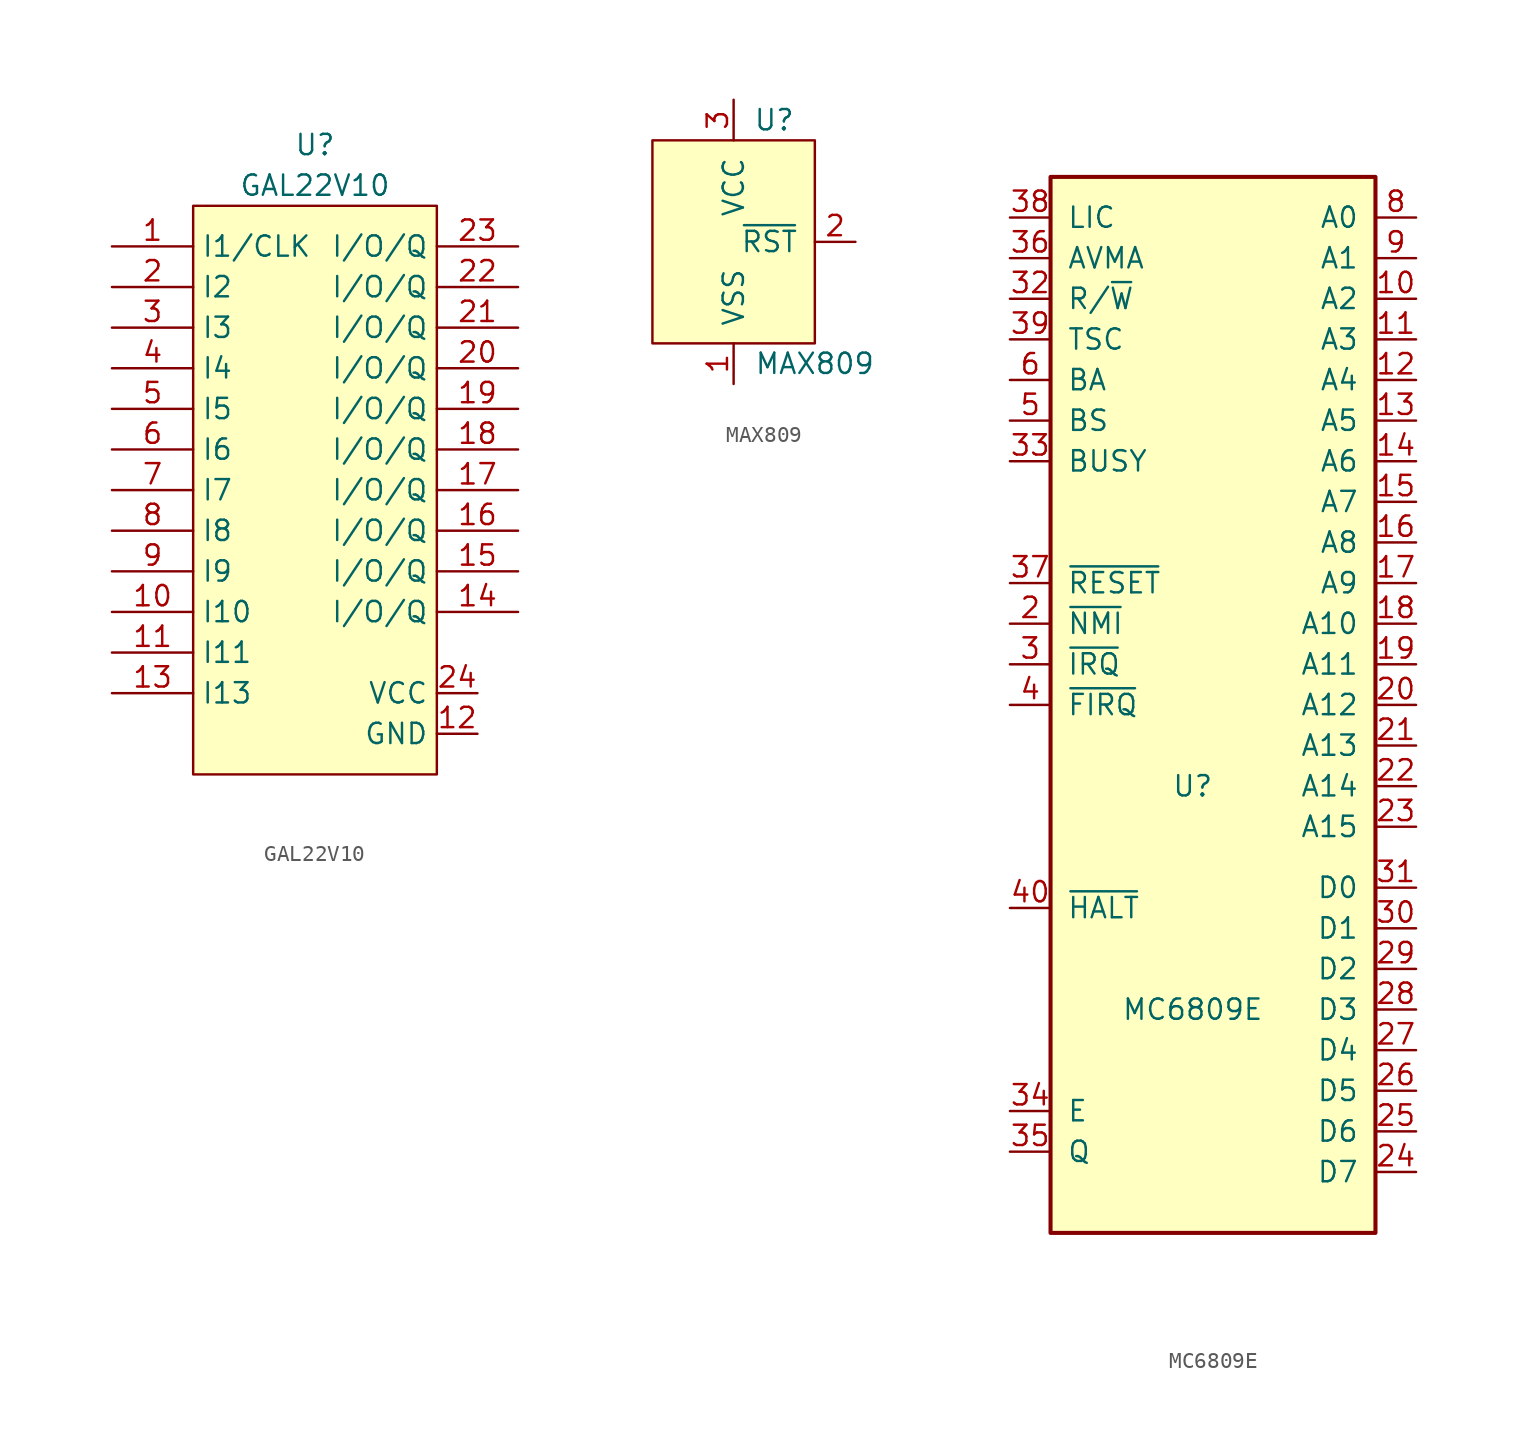
<source format=kicad_sym>
(kicad_symbol_lib
  (version 20231120)
  (generator "kicad_symbol_editor")
  (generator_version "8.0")
  (symbol "GAL22V10"
    (property "Reference" "U"
      (at 0 21.59 0)
      (effects (font (size 1.27 1.27))))
    (property "Value" "GAL22V10"
      (at 0 19.05 0)
      (effects (font (size 1.27 1.27))))
    (symbol "GAL22V10_0_1"
      (rectangle (start -7.62 17.78) (end 7.62 -17.78) (stroke (width 0) (type default)) (fill (type background))))
    (symbol "GAL22V10_1_1"
      (pin input line (at -12.7 15.24 0) (length 5.08) (name "I1/CLK" (effects (font (size 1.27 1.27)))) (number "1" (effects (font (size 1.27 1.27)))))
      (pin input line (at -12.7 -7.62 0) (length 5.08) (name "I10" (effects (font (size 1.27 1.27)))) (number "10" (effects (font (size 1.27 1.27)))))
      (pin input line (at -12.7 -10.16 0) (length 5.08) (name "I11" (effects (font (size 1.27 1.27)))) (number "11" (effects (font (size 1.27 1.27)))))
      (pin power_in line (at 10.16 -15.24 180) (length 2.54) (name "GND" (effects (font (size 1.27 1.27)))) (number "12" (effects (font (size 1.27 1.27)))))
      (pin input line (at -12.7 -12.7 0) (length 5.08) (name "I13" (effects (font (size 1.27 1.27)))) (number "13" (effects (font (size 1.27 1.27)))))
      (pin tri_state line (at 12.7 -7.62 180) (length 5.08) (name "I/O/Q" (effects (font (size 1.27 1.27)))) (number "14" (effects (font (size 1.27 1.27)))))
      (pin tri_state line (at 12.7 -5.08 180) (length 5.08) (name "I/O/Q" (effects (font (size 1.27 1.27)))) (number "15" (effects (font (size 1.27 1.27)))))
      (pin tri_state line (at 12.7 -2.54 180) (length 5.08) (name "I/O/Q" (effects (font (size 1.27 1.27)))) (number "16" (effects (font (size 1.27 1.27)))))
      (pin tri_state line (at 12.7 0 180) (length 5.08) (name "I/O/Q" (effects (font (size 1.27 1.27)))) (number "17" (effects (font (size 1.27 1.27)))))
      (pin tri_state line (at 12.7 2.54 180) (length 5.08) (name "I/O/Q" (effects (font (size 1.27 1.27)))) (number "18" (effects (font (size 1.27 1.27)))))
      (pin tri_state line (at 12.7 5.08 180) (length 5.08) (name "I/O/Q" (effects (font (size 1.27 1.27)))) (number "19" (effects (font (size 1.27 1.27)))))
      (pin input line (at -12.7 12.7 0) (length 5.08) (name "I2" (effects (font (size 1.27 1.27)))) (number "2" (effects (font (size 1.27 1.27)))))
      (pin tri_state line (at 12.7 7.62 180) (length 5.08) (name "I/O/Q" (effects (font (size 1.27 1.27)))) (number "20" (effects (font (size 1.27 1.27)))))
      (pin tri_state line (at 12.7 10.16 180) (length 5.08) (name "I/O/Q" (effects (font (size 1.27 1.27)))) (number "21" (effects (font (size 1.27 1.27)))))
      (pin tri_state line (at 12.7 12.7 180) (length 5.08) (name "I/O/Q" (effects (font (size 1.27 1.27)))) (number "22" (effects (font (size 1.27 1.27)))))
      (pin tri_state line (at 12.7 15.24 180) (length 5.08) (name "I/O/Q" (effects (font (size 1.27 1.27)))) (number "23" (effects (font (size 1.27 1.27)))))
      (pin power_in line (at 10.16 -12.7 180) (length 2.54) (name "VCC" (effects (font (size 1.27 1.27)))) (number "24" (effects (font (size 1.27 1.27)))))
      (pin input line (at -12.7 10.16 0) (length 5.08) (name "I3" (effects (font (size 1.27 1.27)))) (number "3" (effects (font (size 1.27 1.27)))))
      (pin input line (at -12.7 7.62 0) (length 5.08) (name "I4" (effects (font (size 1.27 1.27)))) (number "4" (effects (font (size 1.27 1.27)))))
      (pin input line (at -12.7 5.08 0) (length 5.08) (name "I5" (effects (font (size 1.27 1.27)))) (number "5" (effects (font (size 1.27 1.27)))))
      (pin input line (at -12.7 2.54 0) (length 5.08) (name "I6" (effects (font (size 1.27 1.27)))) (number "6" (effects (font (size 1.27 1.27)))))
      (pin input line (at -12.7 0 0) (length 5.08) (name "I7" (effects (font (size 1.27 1.27)))) (number "7" (effects (font (size 1.27 1.27)))))
      (pin input line (at -12.7 -2.54 0) (length 5.08) (name "I8" (effects (font (size 1.27 1.27)))) (number "8" (effects (font (size 1.27 1.27)))))
      (pin input line (at -12.7 -5.08 0) (length 5.08) (name "I9" (effects (font (size 1.27 1.27)))) (number "9" (effects (font (size 1.27 1.27)))))))
  (symbol "MAX809"
    (pin_names
      (offset 1.016))
    (property "Reference" "U"
      (at 2.54 7.62 0)
      (effects (font (size 1.27 1.27))))
    (property "Value" "MAX809"
      (at 5.08 -7.62 0)
      (effects (font (size 1.27 1.27))))
    (symbol "MAX809_0_1"
      (rectangle (start -5.08 6.35) (end 5.08 -6.35) (stroke (width 0) (type default)) (fill (type background))))
    (symbol "MAX809_1_1"
      (pin power_in line (at 0 -8.89 90) (length 2.54) (name "VSS" (effects (font (size 1.27 1.27)))) (number "1" (effects (font (size 1.27 1.27)))))
      (pin output line (at 7.62 0 180) (length 2.54) (name "~{RST}" (effects (font (size 1.27 1.27)))) (number "2" (effects (font (size 1.27 1.27)))))
      (pin power_in line (at 0 8.89 270) (length 2.54) (name "VCC" (effects (font (size 1.27 1.27)))) (number "3" (effects (font (size 1.27 1.27)))))))
  (symbol "MC6809E"
    (pin_names
      (offset 1.016))
    (property "Reference" "U"
      (at 0 0 0)
      (effects (font (size 1.27 1.27))))
    (property "Value" "MC6809E"
      (at 0 -13.97 0)
      (effects (font (size 1.27 1.27))))
    (symbol "MC6809E_1_1"
      (rectangle (start -8.89 -27.94) (end 11.43 38.1) (stroke (width 0.254) (type default)) (fill (type background)))
      (pin power_in line (at 1.27 -27.94 90) (length 2.54) hide (name "VSS" (effects (font (size 1.27 1.27)))) (number "1" (effects (font (size 1.27 1.27)))))
      (pin output line (at 13.97 30.48 180) (length 2.54) (name "A2" (effects (font (size 1.27 1.27)))) (number "10" (effects (font (size 1.27 1.27)))))
      (pin output line (at 13.97 27.94 180) (length 2.54) (name "A3" (effects (font (size 1.27 1.27)))) (number "11" (effects (font (size 1.27 1.27)))))
      (pin output line (at 13.97 25.4 180) (length 2.54) (name "A4" (effects (font (size 1.27 1.27)))) (number "12" (effects (font (size 1.27 1.27)))))
      (pin output line (at 13.97 22.86 180) (length 2.54) (name "A5" (effects (font (size 1.27 1.27)))) (number "13" (effects (font (size 1.27 1.27)))))
      (pin output line (at 13.97 20.32 180) (length 2.54) (name "A6" (effects (font (size 1.27 1.27)))) (number "14" (effects (font (size 1.27 1.27)))))
      (pin output line (at 13.97 17.78 180) (length 2.54) (name "A7" (effects (font (size 1.27 1.27)))) (number "15" (effects (font (size 1.27 1.27)))))
      (pin output line (at 13.97 15.24 180) (length 2.54) (name "A8" (effects (font (size 1.27 1.27)))) (number "16" (effects (font (size 1.27 1.27)))))
      (pin output line (at 13.97 12.7 180) (length 2.54) (name "A9" (effects (font (size 1.27 1.27)))) (number "17" (effects (font (size 1.27 1.27)))))
      (pin output line (at 13.97 10.16 180) (length 2.54) (name "A10" (effects (font (size 1.27 1.27)))) (number "18" (effects (font (size 1.27 1.27)))))
      (pin output line (at 13.97 7.62 180) (length 2.54) (name "A11" (effects (font (size 1.27 1.27)))) (number "19" (effects (font (size 1.27 1.27)))))
      (pin input line (at -11.43 10.16 0) (length 2.54) (name "~{NMI}" (effects (font (size 1.27 1.27)))) (number "2" (effects (font (size 1.27 1.27)))))
      (pin output line (at 13.97 5.08 180) (length 2.54) (name "A12" (effects (font (size 1.27 1.27)))) (number "20" (effects (font (size 1.27 1.27)))))
      (pin output line (at 13.97 2.54 180) (length 2.54) (name "A13" (effects (font (size 1.27 1.27)))) (number "21" (effects (font (size 1.27 1.27)))))
      (pin output line (at 13.97 0 180) (length 2.54) (name "A14" (effects (font (size 1.27 1.27)))) (number "22" (effects (font (size 1.27 1.27)))))
      (pin output line (at 13.97 -2.54 180) (length 2.54) (name "A15" (effects (font (size 1.27 1.27)))) (number "23" (effects (font (size 1.27 1.27)))))
      (pin bidirectional line (at 13.97 -24.13 180) (length 2.54) (name "D7" (effects (font (size 1.27 1.27)))) (number "24" (effects (font (size 1.27 1.27)))))
      (pin bidirectional line (at 13.97 -21.59 180) (length 2.54) (name "D6" (effects (font (size 1.27 1.27)))) (number "25" (effects (font (size 1.27 1.27)))))
      (pin bidirectional line (at 13.97 -19.05 180) (length 2.54) (name "D5" (effects (font (size 1.27 1.27)))) (number "26" (effects (font (size 1.27 1.27)))))
      (pin bidirectional line (at 13.97 -16.51 180) (length 2.54) (name "D4" (effects (font (size 1.27 1.27)))) (number "27" (effects (font (size 1.27 1.27)))))
      (pin bidirectional line (at 13.97 -13.97 180) (length 2.54) (name "D3" (effects (font (size 1.27 1.27)))) (number "28" (effects (font (size 1.27 1.27)))))
      (pin bidirectional line (at 13.97 -11.43 180) (length 2.54) (name "D2" (effects (font (size 1.27 1.27)))) (number "29" (effects (font (size 1.27 1.27)))))
      (pin input line (at -11.43 7.62 0) (length 2.54) (name "~{IRQ}" (effects (font (size 1.27 1.27)))) (number "3" (effects (font (size 1.27 1.27)))))
      (pin bidirectional line (at 13.97 -8.89 180) (length 2.54) (name "D1" (effects (font (size 1.27 1.27)))) (number "30" (effects (font (size 1.27 1.27)))))
      (pin bidirectional line (at 13.97 -6.35 180) (length 2.54) (name "D0" (effects (font (size 1.27 1.27)))) (number "31" (effects (font (size 1.27 1.27)))))
      (pin output line (at -11.43 30.48 0) (length 2.54) (name "R/~{W}" (effects (font (size 1.27 1.27)))) (number "32" (effects (font (size 1.27 1.27)))))
      (pin output line (at -11.43 20.32 0) (length 2.54) (name "BUSY" (effects (font (size 1.27 1.27)))) (number "33" (effects (font (size 1.27 1.27)))))
      (pin input line (at -11.43 -20.32 0) (length 2.54) (name "E" (effects (font (size 1.27 1.27)))) (number "34" (effects (font (size 1.27 1.27)))))
      (pin input line (at -11.43 -22.86 0) (length 2.54) (name "Q" (effects (font (size 1.27 1.27)))) (number "35" (effects (font (size 1.27 1.27)))))
      (pin output line (at -11.43 33.02 0) (length 2.54) (name "AVMA" (effects (font (size 1.27 1.27)))) (number "36" (effects (font (size 1.27 1.27)))))
      (pin input line (at -11.43 12.7 0) (length 2.54) (name "~{RESET}" (effects (font (size 1.27 1.27)))) (number "37" (effects (font (size 1.27 1.27)))))
      (pin output line (at -11.43 35.56 0) (length 2.54) (name "LIC" (effects (font (size 1.27 1.27)))) (number "38" (effects (font (size 1.27 1.27)))))
      (pin output line (at -11.43 27.94 0) (length 2.54) (name "TSC" (effects (font (size 1.27 1.27)))) (number "39" (effects (font (size 1.27 1.27)))))
      (pin input line (at -11.43 5.08 0) (length 2.54) (name "~{FIRQ}" (effects (font (size 1.27 1.27)))) (number "4" (effects (font (size 1.27 1.27)))))
      (pin input line (at -11.43 -7.62 0) (length 2.54) (name "~{HALT}" (effects (font (size 1.27 1.27)))) (number "40" (effects (font (size 1.27 1.27)))))
      (pin output line (at -11.43 22.86 0) (length 2.54) (name "BS" (effects (font (size 1.27 1.27)))) (number "5" (effects (font (size 1.27 1.27)))))
      (pin output line (at -11.43 25.4 0) (length 2.54) (name "BA" (effects (font (size 1.27 1.27)))) (number "6" (effects (font (size 1.27 1.27)))))
      (pin power_in line (at 1.27 38.1 270) (length 2.54) hide (name "VCC" (effects (font (size 1.27 1.27)))) (number "7" (effects (font (size 1.27 1.27)))))
      (pin output line (at 13.97 35.56 180) (length 2.54) (name "A0" (effects (font (size 1.27 1.27)))) (number "8" (effects (font (size 1.27 1.27)))))
      (pin output line (at 13.97 33.02 180) (length 2.54) (name "A1" (effects (font (size 1.27 1.27)))) (number "9" (effects (font (size 1.27 1.27))))))))
</source>
